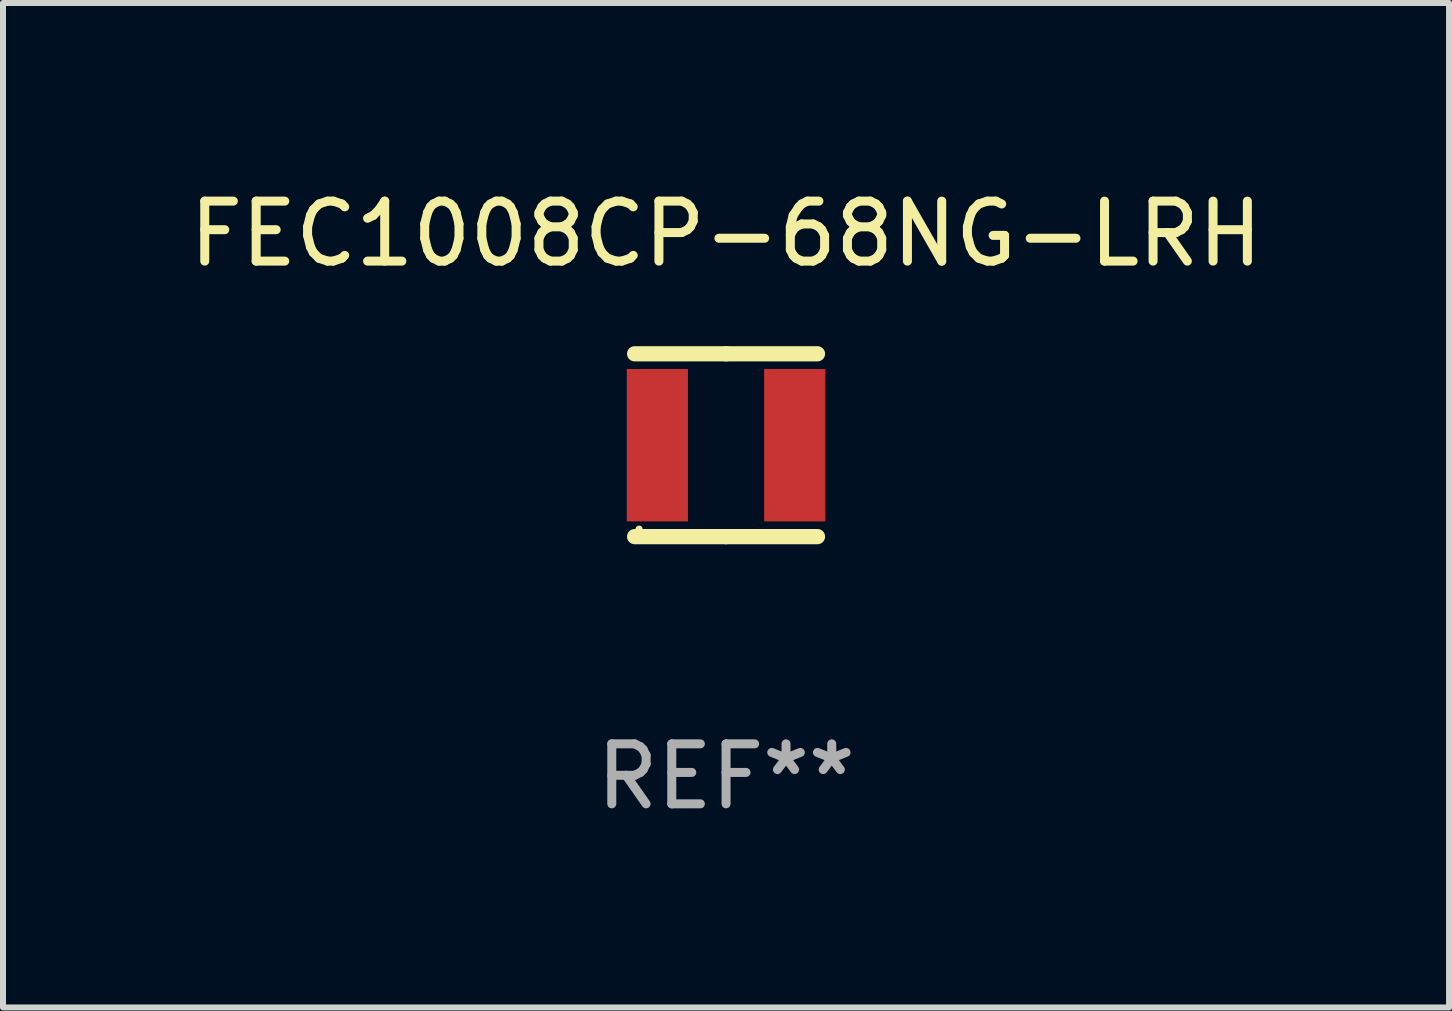
<source format=kicad_pcb>
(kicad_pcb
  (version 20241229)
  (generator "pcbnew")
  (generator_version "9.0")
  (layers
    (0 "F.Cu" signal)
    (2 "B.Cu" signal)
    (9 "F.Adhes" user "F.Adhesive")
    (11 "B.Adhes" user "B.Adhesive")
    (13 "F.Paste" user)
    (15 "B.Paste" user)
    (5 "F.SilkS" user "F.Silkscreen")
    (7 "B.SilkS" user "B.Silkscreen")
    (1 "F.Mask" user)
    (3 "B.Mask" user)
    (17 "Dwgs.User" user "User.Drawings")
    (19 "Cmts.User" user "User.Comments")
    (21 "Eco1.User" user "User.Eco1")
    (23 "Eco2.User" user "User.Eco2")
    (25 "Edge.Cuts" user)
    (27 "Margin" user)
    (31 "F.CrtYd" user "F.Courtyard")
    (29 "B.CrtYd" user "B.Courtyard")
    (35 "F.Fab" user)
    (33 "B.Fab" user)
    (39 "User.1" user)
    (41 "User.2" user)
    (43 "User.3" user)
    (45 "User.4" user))
  (footprint "FEC1008CP-68NG-LRH"
    (layer "F.Cu")
    (at 9.054 4.372)
    (property "Reference" "FEC1008CP-68NG-LRH" (at 0 -3.524 0) (layer "F.SilkS") (effects (font (size 1 1) (thickness 0.15))))
    (attr through_hole)
    (fp_line (start -1.524 -1.524) (end 0 -1.524) (stroke (width 0.254) (type solid)) (layer "F.SilkS"))
    (fp_line (start 0 -1.524) (end 1.524 -1.524) (stroke (width 0.254) (type solid)) (layer "F.SilkS"))
    (fp_line (start 0 1.524) (end -1.524 1.524) (stroke (width 0.254) (type solid)) (layer "F.SilkS"))
    (fp_line (start 1.524 1.524) (end 0 1.524) (stroke (width 0.254) (type solid)) (layer "F.SilkS"))
    (fp_circle (center -1.45 1.4) (end -1.42 1.4) (stroke (width 0.06) (type solid)) (fill no) (layer "F.SilkS"))
    (fp_text user "REF**" (at 0 5.524 0) (layer "F.Fab") (effects (font (size 1 1) (thickness 0.15))))
    (pad "1" smd rect (at -1.145 0) (size 1.02 2.54) (layers "F.Cu" "F.Mask" "F.Paste"))
    (pad "2" smd rect (at 1.145 0) (size 1.02 2.54) (layers "F.Cu" "F.Mask" "F.Paste")))
  (gr_rect
    (start -3 -3)
    (end 21.107 13.745)
    (stroke (width 0.1) (type default))
    (fill no)
    (layer "Edge.Cuts")))
</source>
